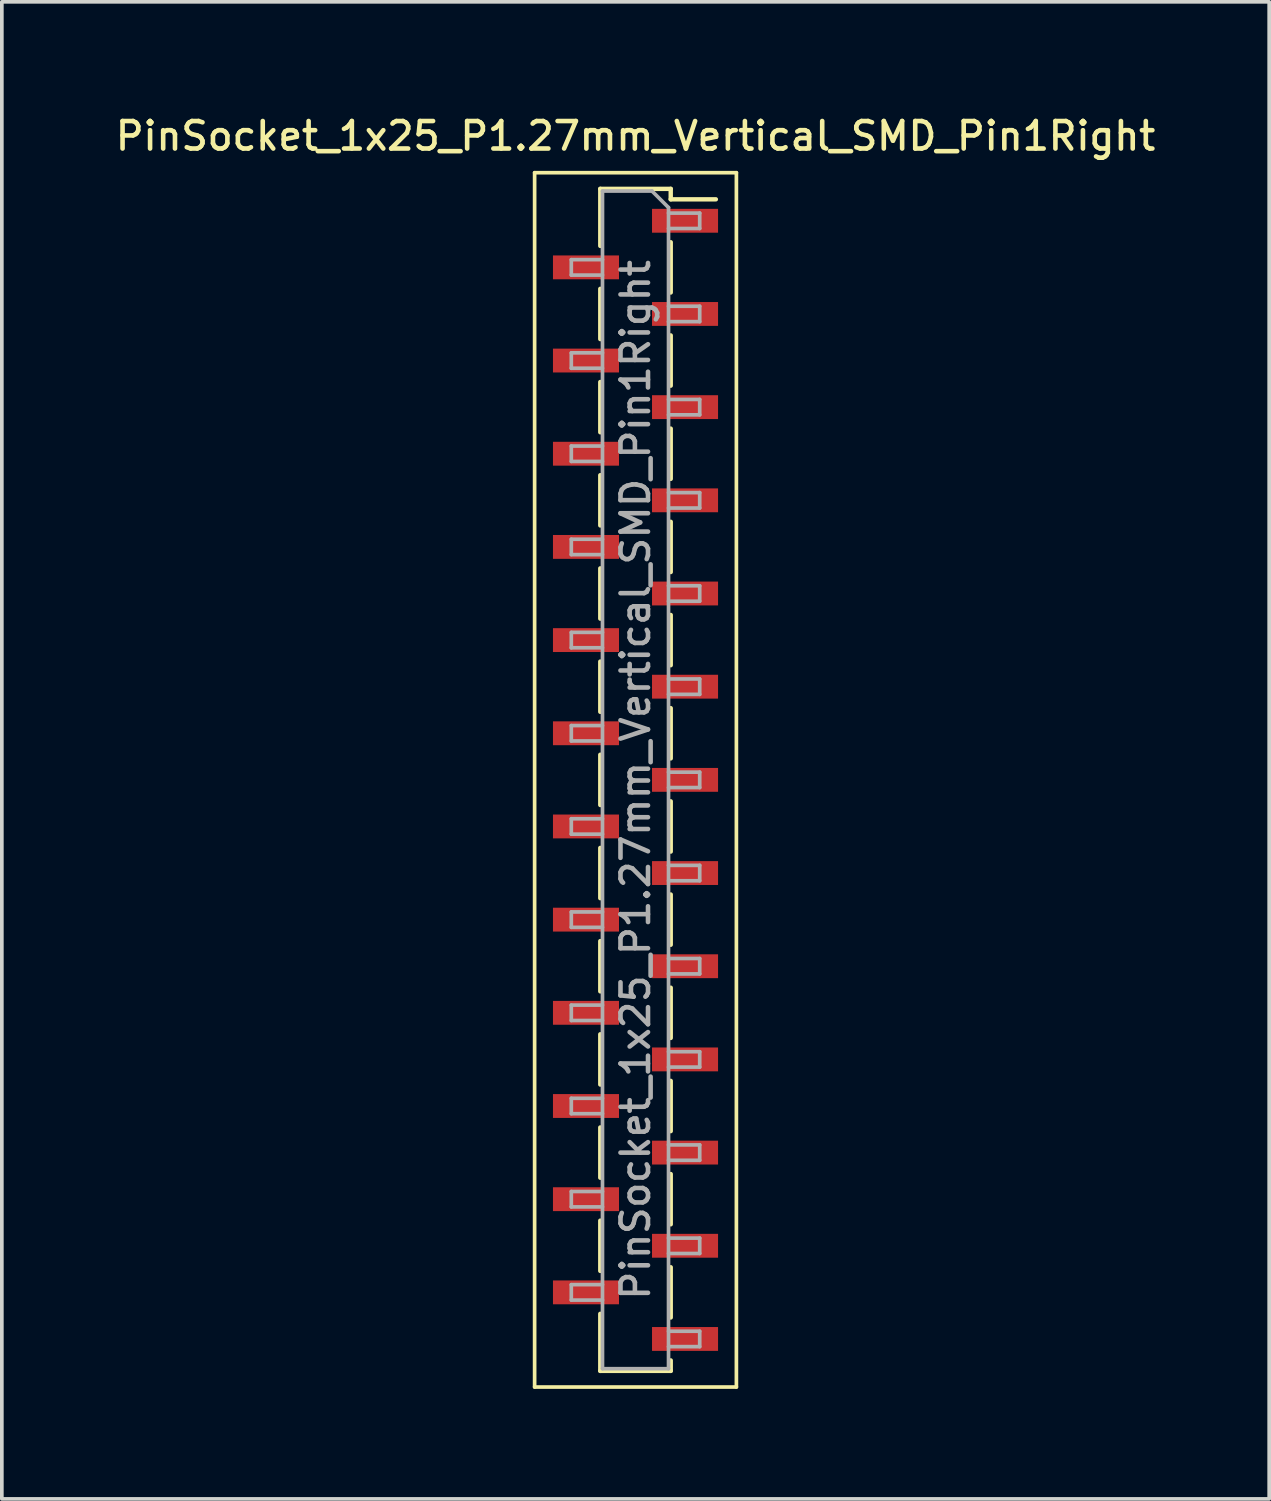
<source format=kicad_pcb>
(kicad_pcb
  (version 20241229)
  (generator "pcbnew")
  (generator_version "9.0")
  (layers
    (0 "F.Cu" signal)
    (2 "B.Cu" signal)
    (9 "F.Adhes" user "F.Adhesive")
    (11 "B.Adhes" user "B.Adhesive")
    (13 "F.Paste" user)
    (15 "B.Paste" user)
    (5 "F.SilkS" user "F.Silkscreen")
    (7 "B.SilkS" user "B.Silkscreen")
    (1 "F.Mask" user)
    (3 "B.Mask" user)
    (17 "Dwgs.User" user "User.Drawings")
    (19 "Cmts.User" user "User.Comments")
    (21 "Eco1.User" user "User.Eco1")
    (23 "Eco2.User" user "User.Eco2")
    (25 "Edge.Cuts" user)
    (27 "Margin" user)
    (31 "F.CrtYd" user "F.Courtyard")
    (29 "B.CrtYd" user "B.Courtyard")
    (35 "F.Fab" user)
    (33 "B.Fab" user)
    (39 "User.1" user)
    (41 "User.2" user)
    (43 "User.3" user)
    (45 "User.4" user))
  (footprint "PinSocket_1x25_P1.27mm_Vertical_SMD_Pin1Right"
    (layer "F.Cu")
    (at 14.273 18.208)
    (property "Reference" "PinSocket_1x25_P1.27mm_Vertical_SMD_Pin1Right" (at 0 -17.55 0) (layer "F.SilkS") (effects (font (size 0.75 0.75) (thickness 0.125))))
    (attr smd)
    (fp_line (start -2.75 -16.55) (end 2.75 -16.55) (stroke (width 0.1) (type solid)) (layer "F.SilkS"))
    (fp_line (start -2.75 16.55) (end -2.75 -16.55) (stroke (width 0.1) (type solid)) (layer "F.SilkS"))
    (fp_line (start -0.96 -16.11) (end -0.96 -14.555) (stroke (width 0.12) (type solid)) (layer "F.SilkS"))
    (fp_line (start -0.96 -16.11) (end 0.96 -16.11) (stroke (width 0.12) (type solid)) (layer "F.SilkS"))
    (fp_line (start -0.96 -13.385) (end -0.96 -12.015) (stroke (width 0.12) (type solid)) (layer "F.SilkS"))
    (fp_line (start -0.96 -10.845) (end -0.96 -9.475) (stroke (width 0.12) (type solid)) (layer "F.SilkS"))
    (fp_line (start -0.96 -8.305) (end -0.96 -6.935) (stroke (width 0.12) (type solid)) (layer "F.SilkS"))
    (fp_line (start -0.96 -5.765) (end -0.96 -4.395) (stroke (width 0.12) (type solid)) (layer "F.SilkS"))
    (fp_line (start -0.96 -3.225) (end -0.96 -1.855) (stroke (width 0.12) (type solid)) (layer "F.SilkS"))
    (fp_line (start -0.96 -0.685) (end -0.96 0.685) (stroke (width 0.12) (type solid)) (layer "F.SilkS"))
    (fp_line (start -0.96 1.855) (end -0.96 3.225) (stroke (width 0.12) (type solid)) (layer "F.SilkS"))
    (fp_line (start -0.96 4.395) (end -0.96 5.765) (stroke (width 0.12) (type solid)) (layer "F.SilkS"))
    (fp_line (start -0.96 6.935) (end -0.96 8.305) (stroke (width 0.12) (type solid)) (layer "F.SilkS"))
    (fp_line (start -0.96 9.475) (end -0.96 10.845) (stroke (width 0.12) (type solid)) (layer "F.SilkS"))
    (fp_line (start -0.96 12.015) (end -0.96 13.385) (stroke (width 0.12) (type solid)) (layer "F.SilkS"))
    (fp_line (start -0.96 14.555) (end -0.96 16.11) (stroke (width 0.12) (type solid)) (layer "F.SilkS"))
    (fp_line (start -0.96 16.11) (end 0.96 16.11) (stroke (width 0.12) (type solid)) (layer "F.SilkS"))
    (fp_line (start 0.96 -16.11) (end 0.96 -15.825) (stroke (width 0.12) (type solid)) (layer "F.SilkS"))
    (fp_line (start 0.96 -15.825) (end 2.19 -15.825) (stroke (width 0.12) (type solid)) (layer "F.SilkS"))
    (fp_line (start 0.96 -14.655) (end 0.96 -13.285) (stroke (width 0.12) (type solid)) (layer "F.SilkS"))
    (fp_line (start 0.96 -12.115) (end 0.96 -10.745) (stroke (width 0.12) (type solid)) (layer "F.SilkS"))
    (fp_line (start 0.96 -9.575) (end 0.96 -8.205) (stroke (width 0.12) (type solid)) (layer "F.SilkS"))
    (fp_line (start 0.96 -7.035) (end 0.96 -5.665) (stroke (width 0.12) (type solid)) (layer "F.SilkS"))
    (fp_line (start 0.96 -4.495) (end 0.96 -3.125) (stroke (width 0.12) (type solid)) (layer "F.SilkS"))
    (fp_line (start 0.96 -1.955) (end 0.96 -0.585) (stroke (width 0.12) (type solid)) (layer "F.SilkS"))
    (fp_line (start 0.96 0.585) (end 0.96 1.955) (stroke (width 0.12) (type solid)) (layer "F.SilkS"))
    (fp_line (start 0.96 3.125) (end 0.96 4.495) (stroke (width 0.12) (type solid)) (layer "F.SilkS"))
    (fp_line (start 0.96 5.665) (end 0.96 7.035) (stroke (width 0.12) (type solid)) (layer "F.SilkS"))
    (fp_line (start 0.96 8.205) (end 0.96 9.575) (stroke (width 0.12) (type solid)) (layer "F.SilkS"))
    (fp_line (start 0.96 10.745) (end 0.96 12.115) (stroke (width 0.12) (type solid)) (layer "F.SilkS"))
    (fp_line (start 0.96 13.285) (end 0.96 14.655) (stroke (width 0.12) (type solid)) (layer "F.SilkS"))
    (fp_line (start 0.96 15.825) (end 0.96 16.11) (stroke (width 0.12) (type solid)) (layer "F.SilkS"))
    (fp_line (start 2.75 -16.55) (end 2.75 16.55) (stroke (width 0.1) (type solid)) (layer "F.SilkS"))
    (fp_line (start 2.75 16.55) (end -2.75 16.55) (stroke (width 0.1) (type solid)) (layer "F.SilkS"))
    (fp_line (start -1.75 -14.18) (end -0.9 -14.18) (stroke (width 0.1) (type solid)) (layer "F.Fab"))
    (fp_line (start -1.75 -13.76) (end -1.75 -14.18) (stroke (width 0.1) (type solid)) (layer "F.Fab"))
    (fp_line (start -1.75 -11.64) (end -0.9 -11.64) (stroke (width 0.1) (type solid)) (layer "F.Fab"))
    (fp_line (start -1.75 -11.22) (end -1.75 -11.64) (stroke (width 0.1) (type solid)) (layer "F.Fab"))
    (fp_line (start -1.75 -9.1) (end -0.9 -9.1) (stroke (width 0.1) (type solid)) (layer "F.Fab"))
    (fp_line (start -1.75 -8.68) (end -1.75 -9.1) (stroke (width 0.1) (type solid)) (layer "F.Fab"))
    (fp_line (start -1.75 -6.56) (end -0.9 -6.56) (stroke (width 0.1) (type solid)) (layer "F.Fab"))
    (fp_line (start -1.75 -6.14) (end -1.75 -6.56) (stroke (width 0.1) (type solid)) (layer "F.Fab"))
    (fp_line (start -1.75 -4.02) (end -0.9 -4.02) (stroke (width 0.1) (type solid)) (layer "F.Fab"))
    (fp_line (start -1.75 -3.6) (end -1.75 -4.02) (stroke (width 0.1) (type solid)) (layer "F.Fab"))
    (fp_line (start -1.75 -1.48) (end -0.9 -1.48) (stroke (width 0.1) (type solid)) (layer "F.Fab"))
    (fp_line (start -1.75 -1.06) (end -1.75 -1.48) (stroke (width 0.1) (type solid)) (layer "F.Fab"))
    (fp_line (start -1.75 1.06) (end -0.9 1.06) (stroke (width 0.1) (type solid)) (layer "F.Fab"))
    (fp_line (start -1.75 1.48) (end -1.75 1.06) (stroke (width 0.1) (type solid)) (layer "F.Fab"))
    (fp_line (start -1.75 3.6) (end -0.9 3.6) (stroke (width 0.1) (type solid)) (layer "F.Fab"))
    (fp_line (start -1.75 4.02) (end -1.75 3.6) (stroke (width 0.1) (type solid)) (layer "F.Fab"))
    (fp_line (start -1.75 6.14) (end -0.9 6.14) (stroke (width 0.1) (type solid)) (layer "F.Fab"))
    (fp_line (start -1.75 6.56) (end -1.75 6.14) (stroke (width 0.1) (type solid)) (layer "F.Fab"))
    (fp_line (start -1.75 8.68) (end -0.9 8.68) (stroke (width 0.1) (type solid)) (layer "F.Fab"))
    (fp_line (start -1.75 9.1) (end -1.75 8.68) (stroke (width 0.1) (type solid)) (layer "F.Fab"))
    (fp_line (start -1.75 11.22) (end -0.9 11.22) (stroke (width 0.1) (type solid)) (layer "F.Fab"))
    (fp_line (start -1.75 11.64) (end -1.75 11.22) (stroke (width 0.1) (type solid)) (layer "F.Fab"))
    (fp_line (start -1.75 13.76) (end -0.9 13.76) (stroke (width 0.1) (type solid)) (layer "F.Fab"))
    (fp_line (start -1.75 14.18) (end -1.75 13.76) (stroke (width 0.1) (type solid)) (layer "F.Fab"))
    (fp_line (start -0.9 -16.05) (end 0.45 -16.05) (stroke (width 0.1) (type solid)) (layer "F.Fab"))
    (fp_line (start -0.9 -13.76) (end -1.75 -13.76) (stroke (width 0.1) (type solid)) (layer "F.Fab"))
    (fp_line (start -0.9 -11.22) (end -1.75 -11.22) (stroke (width 0.1) (type solid)) (layer "F.Fab"))
    (fp_line (start -0.9 -8.68) (end -1.75 -8.68) (stroke (width 0.1) (type solid)) (layer "F.Fab"))
    (fp_line (start -0.9 -6.14) (end -1.75 -6.14) (stroke (width 0.1) (type solid)) (layer "F.Fab"))
    (fp_line (start -0.9 -3.6) (end -1.75 -3.6) (stroke (width 0.1) (type solid)) (layer "F.Fab"))
    (fp_line (start -0.9 -1.06) (end -1.75 -1.06) (stroke (width 0.1) (type solid)) (layer "F.Fab"))
    (fp_line (start -0.9 1.48) (end -1.75 1.48) (stroke (width 0.1) (type solid)) (layer "F.Fab"))
    (fp_line (start -0.9 4.02) (end -1.75 4.02) (stroke (width 0.1) (type solid)) (layer "F.Fab"))
    (fp_line (start -0.9 6.56) (end -1.75 6.56) (stroke (width 0.1) (type solid)) (layer "F.Fab"))
    (fp_line (start -0.9 9.1) (end -1.75 9.1) (stroke (width 0.1) (type solid)) (layer "F.Fab"))
    (fp_line (start -0.9 11.64) (end -1.75 11.64) (stroke (width 0.1) (type solid)) (layer "F.Fab"))
    (fp_line (start -0.9 14.18) (end -1.75 14.18) (stroke (width 0.1) (type solid)) (layer "F.Fab"))
    (fp_line (start -0.9 16.05) (end -0.9 -16.05) (stroke (width 0.1) (type solid)) (layer "F.Fab"))
    (fp_line (start 0.45 -16.05) (end 0.9 -15.6) (stroke (width 0.1) (type solid)) (layer "F.Fab"))
    (fp_line (start 0.9 -15.6) (end 0.9 16.05) (stroke (width 0.1) (type solid)) (layer "F.Fab"))
    (fp_line (start 0.9 -15.45) (end 1.75 -15.45) (stroke (width 0.1) (type solid)) (layer "F.Fab"))
    (fp_line (start 0.9 -12.91) (end 1.75 -12.91) (stroke (width 0.1) (type solid)) (layer "F.Fab"))
    (fp_line (start 0.9 -10.37) (end 1.75 -10.37) (stroke (width 0.1) (type solid)) (layer "F.Fab"))
    (fp_line (start 0.9 -7.83) (end 1.75 -7.83) (stroke (width 0.1) (type solid)) (layer "F.Fab"))
    (fp_line (start 0.9 -5.29) (end 1.75 -5.29) (stroke (width 0.1) (type solid)) (layer "F.Fab"))
    (fp_line (start 0.9 -2.75) (end 1.75 -2.75) (stroke (width 0.1) (type solid)) (layer "F.Fab"))
    (fp_line (start 0.9 -0.21) (end 1.75 -0.21) (stroke (width 0.1) (type solid)) (layer "F.Fab"))
    (fp_line (start 0.9 2.33) (end 1.75 2.33) (stroke (width 0.1) (type solid)) (layer "F.Fab"))
    (fp_line (start 0.9 4.87) (end 1.75 4.87) (stroke (width 0.1) (type solid)) (layer "F.Fab"))
    (fp_line (start 0.9 7.41) (end 1.75 7.41) (stroke (width 0.1) (type solid)) (layer "F.Fab"))
    (fp_line (start 0.9 9.95) (end 1.75 9.95) (stroke (width 0.1) (type solid)) (layer "F.Fab"))
    (fp_line (start 0.9 12.49) (end 1.75 12.49) (stroke (width 0.1) (type solid)) (layer "F.Fab"))
    (fp_line (start 0.9 15.03) (end 1.75 15.03) (stroke (width 0.1) (type solid)) (layer "F.Fab"))
    (fp_line (start 0.9 16.05) (end -0.9 16.05) (stroke (width 0.1) (type solid)) (layer "F.Fab"))
    (fp_line (start 1.75 -15.45) (end 1.75 -15.03) (stroke (width 0.1) (type solid)) (layer "F.Fab"))
    (fp_line (start 1.75 -15.03) (end 0.9 -15.03) (stroke (width 0.1) (type solid)) (layer "F.Fab"))
    (fp_line (start 1.75 -12.91) (end 1.75 -12.49) (stroke (width 0.1) (type solid)) (layer "F.Fab"))
    (fp_line (start 1.75 -12.49) (end 0.9 -12.49) (stroke (width 0.1) (type solid)) (layer "F.Fab"))
    (fp_line (start 1.75 -10.37) (end 1.75 -9.95) (stroke (width 0.1) (type solid)) (layer "F.Fab"))
    (fp_line (start 1.75 -9.95) (end 0.9 -9.95) (stroke (width 0.1) (type solid)) (layer "F.Fab"))
    (fp_line (start 1.75 -7.83) (end 1.75 -7.41) (stroke (width 0.1) (type solid)) (layer "F.Fab"))
    (fp_line (start 1.75 -7.41) (end 0.9 -7.41) (stroke (width 0.1) (type solid)) (layer "F.Fab"))
    (fp_line (start 1.75 -5.29) (end 1.75 -4.87) (stroke (width 0.1) (type solid)) (layer "F.Fab"))
    (fp_line (start 1.75 -4.87) (end 0.9 -4.87) (stroke (width 0.1) (type solid)) (layer "F.Fab"))
    (fp_line (start 1.75 -2.75) (end 1.75 -2.33) (stroke (width 0.1) (type solid)) (layer "F.Fab"))
    (fp_line (start 1.75 -2.33) (end 0.9 -2.33) (stroke (width 0.1) (type solid)) (layer "F.Fab"))
    (fp_line (start 1.75 -0.21) (end 1.75 0.21) (stroke (width 0.1) (type solid)) (layer "F.Fab"))
    (fp_line (start 1.75 0.21) (end 0.9 0.21) (stroke (width 0.1) (type solid)) (layer "F.Fab"))
    (fp_line (start 1.75 2.33) (end 1.75 2.75) (stroke (width 0.1) (type solid)) (layer "F.Fab"))
    (fp_line (start 1.75 2.75) (end 0.9 2.75) (stroke (width 0.1) (type solid)) (layer "F.Fab"))
    (fp_line (start 1.75 4.87) (end 1.75 5.29) (stroke (width 0.1) (type solid)) (layer "F.Fab"))
    (fp_line (start 1.75 5.29) (end 0.9 5.29) (stroke (width 0.1) (type solid)) (layer "F.Fab"))
    (fp_line (start 1.75 7.41) (end 1.75 7.83) (stroke (width 0.1) (type solid)) (layer "F.Fab"))
    (fp_line (start 1.75 7.83) (end 0.9 7.83) (stroke (width 0.1) (type solid)) (layer "F.Fab"))
    (fp_line (start 1.75 9.95) (end 1.75 10.37) (stroke (width 0.1) (type solid)) (layer "F.Fab"))
    (fp_line (start 1.75 10.37) (end 0.9 10.37) (stroke (width 0.1) (type solid)) (layer "F.Fab"))
    (fp_line (start 1.75 12.49) (end 1.75 12.91) (stroke (width 0.1) (type solid)) (layer "F.Fab"))
    (fp_line (start 1.75 12.91) (end 0.9 12.91) (stroke (width 0.1) (type solid)) (layer "F.Fab"))
    (fp_line (start 1.75 15.03) (end 1.75 15.45) (stroke (width 0.1) (type solid)) (layer "F.Fab"))
    (fp_line (start 1.75 15.45) (end 0.9 15.45) (stroke (width 0.1) (type solid)) (layer "F.Fab"))
    (fp_text user "${REFERENCE}" (at 0 0 90) (layer "F.Fab") (effects (font (size 0.75 0.75) (thickness 0.125))))
    (pad "1" smd rect (at 1.35 -15.24) (size 1.8 0.65) (layers "F.Cu" "F.Mask" "F.Paste"))
    (pad "2" smd rect (at -1.35 -13.97) (size 1.8 0.65) (layers "F.Cu" "F.Mask" "F.Paste"))
    (pad "3" smd rect (at 1.35 -12.7) (size 1.8 0.65) (layers "F.Cu" "F.Mask" "F.Paste"))
    (pad "4" smd rect (at -1.35 -11.43) (size 1.8 0.65) (layers "F.Cu" "F.Mask" "F.Paste"))
    (pad "5" smd rect (at 1.35 -10.16) (size 1.8 0.65) (layers "F.Cu" "F.Mask" "F.Paste"))
    (pad "6" smd rect (at -1.35 -8.89) (size 1.8 0.65) (layers "F.Cu" "F.Mask" "F.Paste"))
    (pad "7" smd rect (at 1.35 -7.62) (size 1.8 0.65) (layers "F.Cu" "F.Mask" "F.Paste"))
    (pad "8" smd rect (at -1.35 -6.35) (size 1.8 0.65) (layers "F.Cu" "F.Mask" "F.Paste"))
    (pad "9" smd rect (at 1.35 -5.08) (size 1.8 0.65) (layers "F.Cu" "F.Mask" "F.Paste"))
    (pad "10" smd rect (at -1.35 -3.81) (size 1.8 0.65) (layers "F.Cu" "F.Mask" "F.Paste"))
    (pad "11" smd rect (at 1.35 -2.54) (size 1.8 0.65) (layers "F.Cu" "F.Mask" "F.Paste"))
    (pad "12" smd rect (at -1.35 -1.27) (size 1.8 0.65) (layers "F.Cu" "F.Mask" "F.Paste"))
    (pad "13" smd rect (at 1.35 0) (size 1.8 0.65) (layers "F.Cu" "F.Mask" "F.Paste"))
    (pad "14" smd rect (at -1.35 1.27) (size 1.8 0.65) (layers "F.Cu" "F.Mask" "F.Paste"))
    (pad "15" smd rect (at 1.35 2.54) (size 1.8 0.65) (layers "F.Cu" "F.Mask" "F.Paste"))
    (pad "16" smd rect (at -1.35 3.81) (size 1.8 0.65) (layers "F.Cu" "F.Mask" "F.Paste"))
    (pad "17" smd rect (at 1.35 5.08) (size 1.8 0.65) (layers "F.Cu" "F.Mask" "F.Paste"))
    (pad "18" smd rect (at -1.35 6.35) (size 1.8 0.65) (layers "F.Cu" "F.Mask" "F.Paste"))
    (pad "19" smd rect (at 1.35 7.62) (size 1.8 0.65) (layers "F.Cu" "F.Mask" "F.Paste"))
    (pad "20" smd rect (at -1.35 8.89) (size 1.8 0.65) (layers "F.Cu" "F.Mask" "F.Paste"))
    (pad "21" smd rect (at 1.35 10.16) (size 1.8 0.65) (layers "F.Cu" "F.Mask" "F.Paste"))
    (pad "22" smd rect (at -1.35 11.43) (size 1.8 0.65) (layers "F.Cu" "F.Mask" "F.Paste"))
    (pad "23" smd rect (at 1.35 12.7) (size 1.8 0.65) (layers "F.Cu" "F.Mask" "F.Paste"))
    (pad "24" smd rect (at -1.35 13.97) (size 1.8 0.65) (layers "F.Cu" "F.Mask" "F.Paste"))
    (pad "25" smd rect (at 1.35 15.24) (size 1.8 0.65) (layers "F.Cu" "F.Mask" "F.Paste")))
  (gr_rect
    (start -3 -3)
    (end 31.546 37.808)
    (stroke (width 0.1) (type default))
    (fill no)
    (layer "Edge.Cuts")))
</source>
